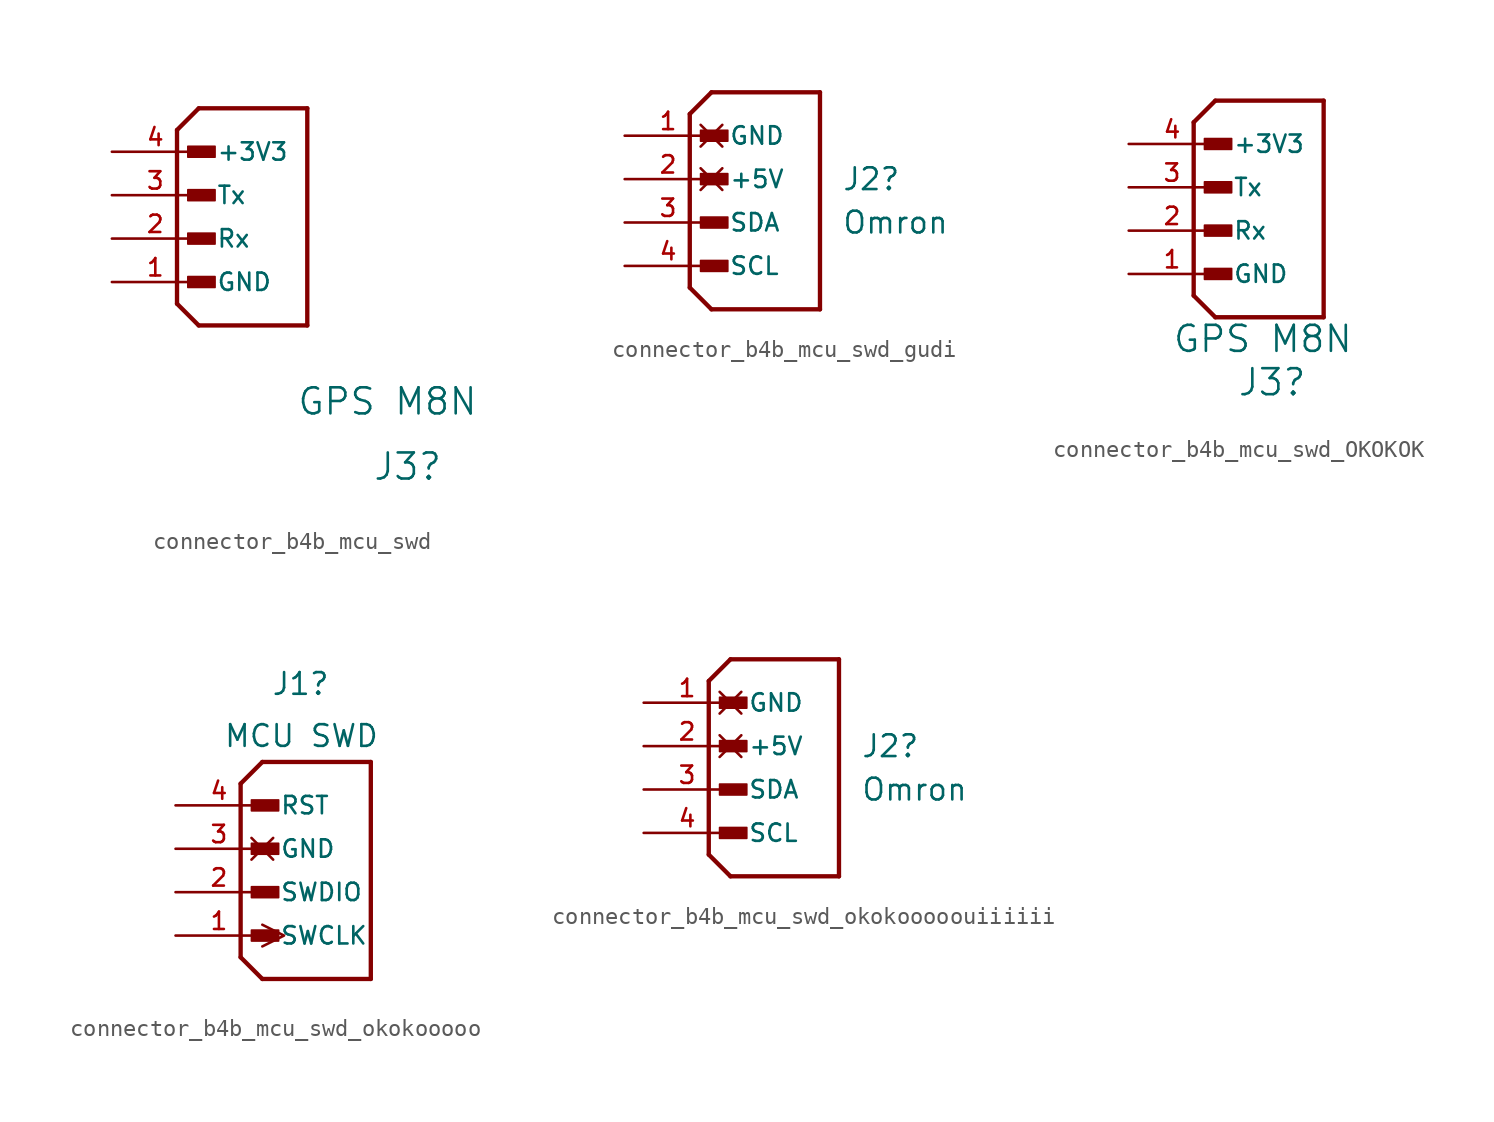
<source format=kicad_sym>
(kicad_symbol_lib
  (version 20241209)
  (generator "kicad_symbol_editor")
  (generator_version "9.0")
  (symbol "connector_b4b_mcu_swd"
    (pin_names
      (offset 1.016))
    (property "Reference" "J3"
      (at 7.62 -15.875 0)
      (effects (font (size 1.524 1.524)) (justify left)))
    (property "Value" "GPS M8N"
      (at 3.175 -12.065 0)
      (effects (font (size 1.524 1.524)) (justify left)))
    (symbol "connector_b4b_mcu_swd_0_0"
      (polyline (pts (xy -3.81 3.81) (xy -3.81 -6.35)) (stroke (width 0.254) (type default)) (fill (type none)))
      (polyline (pts (xy -3.81 3.81) (xy -2.54 5.08)) (stroke (width 0.254) (type default)) (fill (type none)))
      (polyline (pts (xy -3.81 -6.35) (xy -2.54 -7.62)) (stroke (width 0.254) (type default)) (fill (type none)))
      (rectangle (start -3.175 2.223) (end -1.587 2.857) (stroke (width 0.1) (type default)) (fill (type outline)))
      (rectangle (start -3.175 -0.318) (end -1.587 0.318) (stroke (width 0.1) (type default)) (fill (type outline)))
      (rectangle (start -3.175 -2.857) (end -1.587 -2.223) (stroke (width 0.1) (type default)) (fill (type outline)))
      (rectangle (start -3.175 -5.397) (end -1.587 -4.763) (stroke (width 0.1) (type default)) (fill (type outline)))
      (polyline (pts (xy -2.54 -7.62) (xy 3.81 -7.62)) (stroke (width 0.254) (type default)) (fill (type none)))
      (polyline (pts (xy 3.81 5.08) (xy -2.54 5.08)) (stroke (width 0.254) (type default)) (fill (type none)))
      (polyline (pts (xy 3.81 -7.62) (xy 3.81 5.08)) (stroke (width 0.254) (type default)) (fill (type none))))
    (symbol "connector_b4b_mcu_swd_1_0"
      (pin power_in line (at -7.62 2.54 0) (length 5.08) (name "+3V3" (effects (font (size 1.016 1.016)))) (number "4" (effects (font (size 1.016 1.016)))))
      (pin bidirectional line (at -7.62 0 0) (length 5.08) (name "Tx" (effects (font (size 1.016 1.016)))) (number "3" (effects (font (size 1.016 1.016)))))
      (pin bidirectional line (at -7.62 -2.54 0) (length 5.08) (name "Rx" (effects (font (size 1.016 1.016)))) (number "2" (effects (font (size 1.016 1.016)))))
      (pin power_in line (at -7.62 -5.08 0) (length 5.08) (name "GND" (effects (font (size 1.016 1.016)))) (number "1" (effects (font (size 1.016 1.016)))))))
  (symbol "connector_b4b_mcu_swd_gudi"
    (pin_names
      (offset 1.016))
    (property "Reference" "J2"
      (at 5.08 0.0001 0)
      (effects (font (size 1.27 1.27)) (justify left)))
    (property "Value" "Omron"
      (at 5.08 -2.54 0)
      (effects (font (size 1.27 1.27)) (justify left)))
    (symbol "connector_b4b_mcu_swd_gudi_0_0"
      (polyline (pts (xy -3.81 3.81) (xy -3.81 -6.35)) (stroke (width 0.254) (type default)) (fill (type none)))
      (polyline (pts (xy -3.81 3.81) (xy -2.54 5.08)) (stroke (width 0.254) (type default)) (fill (type none)))
      (polyline (pts (xy -3.81 -6.35) (xy -2.54 -7.62)) (stroke (width 0.254) (type default)) (fill (type none)))
      (rectangle (start -3.175 2.223) (end -1.587 2.857) (stroke (width 0.1) (type default)) (fill (type outline)))
      (rectangle (start -3.175 -0.318) (end -1.587 0.318) (stroke (width 0.1) (type default)) (fill (type outline)))
      (rectangle (start -3.175 -2.857) (end -1.587 -2.223) (stroke (width 0.1) (type default)) (fill (type outline)))
      (rectangle (start -3.175 -5.397) (end -1.587 -4.763) (stroke (width 0.1) (type default)) (fill (type outline)))
      (polyline (pts (xy -2.54 -7.62) (xy 3.81 -7.62)) (stroke (width 0.254) (type default)) (fill (type none)))
      (polyline (pts (xy 3.81 5.08) (xy -2.54 5.08)) (stroke (width 0.254) (type default)) (fill (type none)))
      (polyline (pts (xy 3.81 -7.62) (xy 3.81 5.08)) (stroke (width 0.254) (type default)) (fill (type none))))
    (symbol "connector_b4b_mcu_swd_gudi_1_0"
      (pin power_in non_logic (at -7.62 2.54 0) (length 5.08) (name "GND" (effects (font (size 1.016 1.016)))) (number "1" (effects (font (size 1.016 1.016)))))
      (pin power_in non_logic (at -7.62 0 0) (length 5.08) (name "+5V" (effects (font (size 1.016 1.016)))) (number "2" (effects (font (size 1.016 1.016)))))
      (pin bidirectional line (at -7.62 -2.54 0) (length 5.08) (name "SDA" (effects (font (size 1.016 1.016)))) (number "3" (effects (font (size 1.016 1.016)))))
      (pin bidirectional line (at -7.62 -5.08 0) (length 5.08) (name "SCL" (effects (font (size 1.016 1.016)))) (number "4" (effects (font (size 1.016 1.016)))))))
  (symbol "connector_b4b_mcu_swd_OKOKOK"
    (pin_names
      (offset 1.016))
    (property "Reference" "J3"
      (at -1.27 -11.43 0)
      (effects (font (size 1.524 1.524)) (justify left)))
    (property "Value" "GPS M8N"
      (at -5.08 -8.89 0)
      (effects (font (size 1.524 1.524)) (justify left)))
    (symbol "connector_b4b_mcu_swd_OKOKOK_0_0"
      (polyline (pts (xy -3.81 3.81) (xy -3.81 -6.35)) (stroke (width 0.254) (type default)) (fill (type none)))
      (polyline (pts (xy -3.81 3.81) (xy -2.54 5.08)) (stroke (width 0.254) (type default)) (fill (type none)))
      (polyline (pts (xy -3.81 -6.35) (xy -2.54 -7.62)) (stroke (width 0.254) (type default)) (fill (type none)))
      (rectangle (start -3.175 2.223) (end -1.587 2.857) (stroke (width 0.1) (type default)) (fill (type outline)))
      (rectangle (start -3.175 -0.318) (end -1.587 0.318) (stroke (width 0.1) (type default)) (fill (type outline)))
      (rectangle (start -3.175 -2.857) (end -1.587 -2.223) (stroke (width 0.1) (type default)) (fill (type outline)))
      (rectangle (start -3.175 -5.397) (end -1.587 -4.763) (stroke (width 0.1) (type default)) (fill (type outline)))
      (polyline (pts (xy -2.54 -7.62) (xy 3.81 -7.62)) (stroke (width 0.254) (type default)) (fill (type none)))
      (polyline (pts (xy 3.81 5.08) (xy -2.54 5.08)) (stroke (width 0.254) (type default)) (fill (type none)))
      (polyline (pts (xy 3.81 -7.62) (xy 3.81 5.08)) (stroke (width 0.254) (type default)) (fill (type none))))
    (symbol "connector_b4b_mcu_swd_OKOKOK_1_0"
      (pin power_in line (at -7.62 2.54 0) (length 5.08) (name "+3V3" (effects (font (size 1.016 1.016)))) (number "4" (effects (font (size 1.016 1.016)))))
      (pin bidirectional line (at -7.62 0 0) (length 5.08) (name "Tx" (effects (font (size 1.016 1.016)))) (number "3" (effects (font (size 1.016 1.016)))))
      (pin bidirectional line (at -7.62 -2.54 0) (length 5.08) (name "Rx" (effects (font (size 1.016 1.016)))) (number "2" (effects (font (size 1.016 1.016)))))
      (pin power_in line (at -7.62 -5.08 0) (length 5.08) (name "GND" (effects (font (size 1.016 1.016)))) (number "1" (effects (font (size 1.016 1.016)))))))
  (symbol "connector_b4b_mcu_swd_okokooooo"
    (pin_names
      (offset 1.016))
    (property "Reference" "J1"
      (at -2.032 9.652 0)
      (effects (font (size 1.27 1.27)) (justify left)))
    (property "Value" "MCU SWD"
      (at -4.826 6.604 0)
      (effects (font (size 1.27 1.27)) (justify left)))
    (symbol "connector_b4b_mcu_swd_okokooooo_0_0"
      (polyline (pts (xy -3.81 3.81) (xy -3.81 -6.35)) (stroke (width 0.254) (type default)) (fill (type none)))
      (polyline (pts (xy -3.81 3.81) (xy -2.54 5.08)) (stroke (width 0.254) (type default)) (fill (type none)))
      (polyline (pts (xy -3.81 -6.35) (xy -2.54 -7.62)) (stroke (width 0.254) (type default)) (fill (type none)))
      (rectangle (start -3.175 2.223) (end -1.587 2.857) (stroke (width 0.1) (type default)) (fill (type outline)))
      (rectangle (start -3.175 -0.318) (end -1.587 0.318) (stroke (width 0.1) (type default)) (fill (type outline)))
      (rectangle (start -3.175 -2.857) (end -1.587 -2.223) (stroke (width 0.1) (type default)) (fill (type outline)))
      (rectangle (start -3.175 -5.397) (end -1.587 -4.763) (stroke (width 0.1) (type default)) (fill (type outline)))
      (polyline (pts (xy -2.54 -7.62) (xy 3.81 -7.62)) (stroke (width 0.254) (type default)) (fill (type none)))
      (polyline (pts (xy 3.81 5.08) (xy -2.54 5.08)) (stroke (width 0.254) (type default)) (fill (type none)))
      (polyline (pts (xy 3.81 -7.62) (xy 3.81 5.08)) (stroke (width 0.254) (type default)) (fill (type none))))
    (symbol "connector_b4b_mcu_swd_okokooooo_1_0"
      (pin bidirectional line (at -7.62 2.54 0) (length 5.08) (name "RST" (effects (font (size 1.016 1.016)))) (number "4" (effects (font (size 1.016 1.016)))))
      (pin power_in non_logic (at -7.62 0 0) (length 5.08) (name "GND" (effects (font (size 1.016 1.016)))) (number "3" (effects (font (size 1.016 1.016)))))
      (pin bidirectional line (at -7.62 -2.54 0) (length 5.08) (name "SWDIO" (effects (font (size 1.016 1.016)))) (number "2" (effects (font (size 1.016 1.016)))))
      (pin bidirectional clock (at -7.62 -5.08 0) (length 5.08) (name "SWCLK" (effects (font (size 1.016 1.016)))) (number "1" (effects (font (size 1.016 1.016)))))))
  (symbol "connector_b4b_mcu_swd_okokooooouiiiiii"
    (pin_names
      (offset 1.016))
    (property "Reference" "J2"
      (at 5.08 0.0001 0)
      (effects (font (size 1.27 1.27)) (justify left)))
    (property "Value" "Omron"
      (at 5.08 -2.54 0)
      (effects (font (size 1.27 1.27)) (justify left)))
    (symbol "connector_b4b_mcu_swd_okokooooouiiiiii_0_0"
      (polyline (pts (xy -3.81 3.81) (xy -3.81 -6.35)) (stroke (width 0.254) (type default)) (fill (type none)))
      (polyline (pts (xy -3.81 3.81) (xy -2.54 5.08)) (stroke (width 0.254) (type default)) (fill (type none)))
      (polyline (pts (xy -3.81 -6.35) (xy -2.54 -7.62)) (stroke (width 0.254) (type default)) (fill (type none)))
      (rectangle (start -3.175 2.223) (end -1.587 2.857) (stroke (width 0.1) (type default)) (fill (type outline)))
      (rectangle (start -3.175 -0.318) (end -1.587 0.318) (stroke (width 0.1) (type default)) (fill (type outline)))
      (rectangle (start -3.175 -2.857) (end -1.587 -2.223) (stroke (width 0.1) (type default)) (fill (type outline)))
      (rectangle (start -3.175 -5.397) (end -1.587 -4.763) (stroke (width 0.1) (type default)) (fill (type outline)))
      (polyline (pts (xy -2.54 -7.62) (xy 3.81 -7.62)) (stroke (width 0.254) (type default)) (fill (type none)))
      (polyline (pts (xy 3.81 5.08) (xy -2.54 5.08)) (stroke (width 0.254) (type default)) (fill (type none)))
      (polyline (pts (xy 3.81 -7.62) (xy 3.81 5.08)) (stroke (width 0.254) (type default)) (fill (type none))))
    (symbol "connector_b4b_mcu_swd_okokooooouiiiiii_1_0"
      (pin power_in non_logic (at -7.62 2.54 0) (length 5.08) (name "GND" (effects (font (size 1.016 1.016)))) (number "1" (effects (font (size 1.016 1.016)))))
      (pin power_in non_logic (at -7.62 0 0) (length 5.08) (name "+5V" (effects (font (size 1.016 1.016)))) (number "2" (effects (font (size 1.016 1.016)))))
      (pin bidirectional line (at -7.62 -2.54 0) (length 5.08) (name "SDA" (effects (font (size 1.016 1.016)))) (number "3" (effects (font (size 1.016 1.016)))))
      (pin bidirectional line (at -7.62 -5.08 0) (length 5.08) (name "SCL" (effects (font (size 1.016 1.016)))) (number "4" (effects (font (size 1.016 1.016))))))))
</source>
